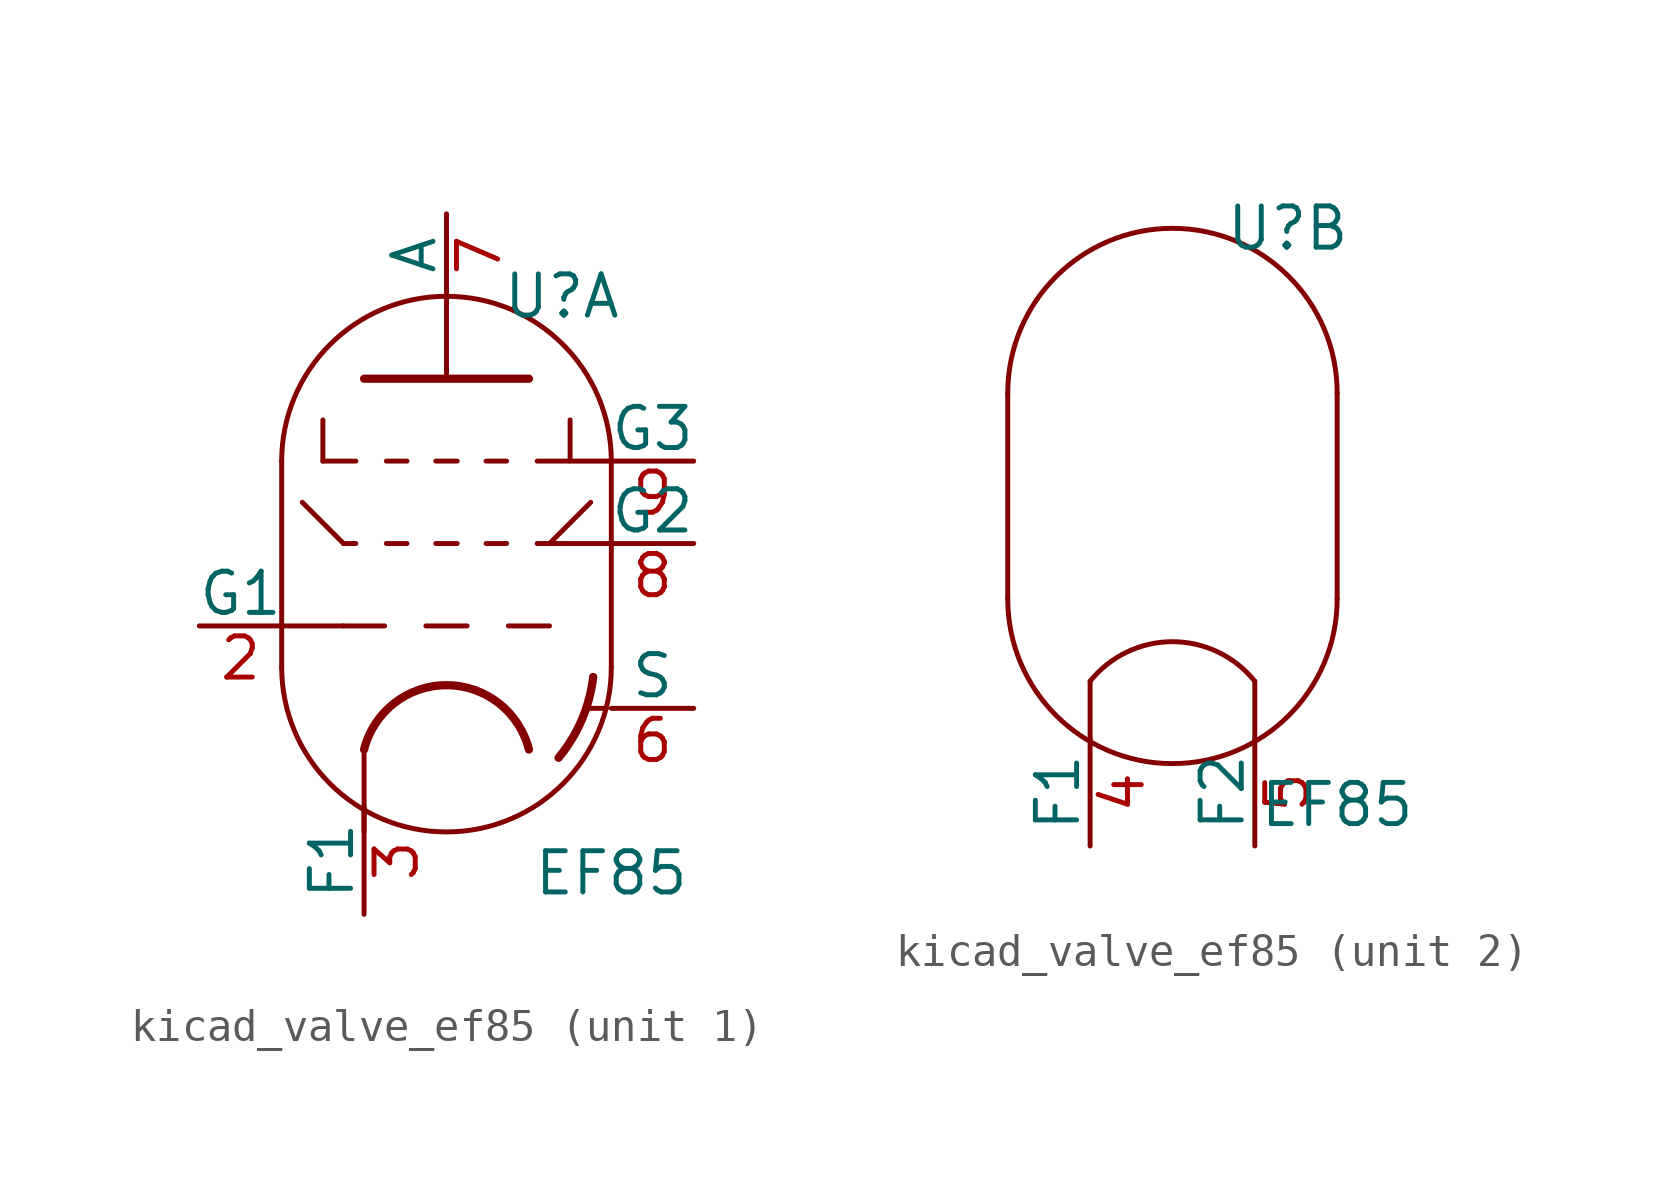
<source format=kicad_sym>
(kicad_symbol_lib
  (version 20220914)
  (generator kicad_symbol_editor)
  (symbol "kicad_valve_ef85"
    (pin_names
      (offset 0))
    (property "Reference" "U"
      (at 3.556 8.89 0)
      (effects (font (size 1.27 1.27))))
    (property "Value" "EF85"
      (at 5.08 -8.89 0)
      (effects (font (size 1.27 1.27))))
    (property "ki_locked" ""
      (at 0 0 0)
      (effects (font (size 1.27 1.27))))
    (symbol "kicad_valve_ef85_0_1"
      (arc (start -5.08 -2.54) (mid 0 -7.5979) (end 5.08 -2.54) (stroke (width 0) (type default)) (fill (type none)))
      (polyline (pts (xy -5.08 3.81) (xy -5.08 -2.54) (xy -5.08 -2.54)) (stroke (width 0) (type default)) (fill (type none)))
      (polyline (pts (xy 5.08 -2.54) (xy 5.08 3.81) (xy 5.08 3.81)) (stroke (width 0) (type default)) (fill (type none)))
      (arc (start 5.08 3.81) (mid 0 8.8679) (end -5.08 3.81) (stroke (width 0) (type default)) (fill (type none))))
    (symbol "kicad_valve_ef85_1_0"
      (polyline (pts (xy -5.08 -1.27) (xy -3.175 -1.27)) (stroke (width 0) (type default)) (fill (type none)))
      (polyline (pts (xy -2.54 -5.08) (xy -2.54 -7.62)) (stroke (width 0) (type default)) (fill (type none)))
      (polyline (pts (xy -0.635 -1.27) (xy 0.635 -1.27)) (stroke (width 0.152) (type default)) (fill (type none)))
      (polyline (pts (xy 0 6.35) (xy 0 8.89)) (stroke (width 0) (type default)) (fill (type none)))
      (polyline (pts (xy 1.905 -1.27) (xy 3.175 -1.27)) (stroke (width 0.152) (type default)) (fill (type none)))
      (polyline (pts (xy 3.175 1.27) (xy 5.08 1.27)) (stroke (width 0) (type default)) (fill (type none)))
      (polyline (pts (xy 3.886 3.81) (xy 5.08 3.81)) (stroke (width 0) (type default)) (fill (type none)))
      (polyline (pts (xy 4.318 -3.785) (xy 4.343 -3.81)) (stroke (width 0) (type default)) (fill (type none)))
      (polyline (pts (xy 4.928 -3.81) (xy 4.343 -3.81)) (stroke (width 0) (type default)) (fill (type none))))
    (symbol "kicad_valve_ef85_1_1"
      (polyline (pts (xy -4.445 2.54) (xy -3.175 1.27)) (stroke (width 0.152) (type default)) (fill (type none)))
      (polyline (pts (xy -3.81 3.81) (xy -2.794 3.81)) (stroke (width 0.152) (type default)) (fill (type none)))
      (polyline (pts (xy -3.81 5.08) (xy -3.81 3.81)) (stroke (width 0.152) (type default)) (fill (type none)))
      (polyline (pts (xy -3.175 1.27) (xy -2.794 1.27)) (stroke (width 0.152) (type default)) (fill (type none)))
      (polyline (pts (xy -1.905 -1.27) (xy -3.175 -1.27)) (stroke (width 0.152) (type default)) (fill (type none)))
      (polyline (pts (xy -1.854 1.27) (xy -1.219 1.27)) (stroke (width 0.152) (type default)) (fill (type none)))
      (polyline (pts (xy -1.854 3.81) (xy -1.219 3.81)) (stroke (width 0.152) (type default)) (fill (type none)))
      (polyline (pts (xy -0.33 1.27) (xy 0.33 1.27)) (stroke (width 0.152) (type default)) (fill (type none)))
      (polyline (pts (xy -0.33 3.81) (xy 0.33 3.81)) (stroke (width 0.152) (type default)) (fill (type none)))
      (polyline (pts (xy 1.219 1.27) (xy 1.854 1.27)) (stroke (width 0.152) (type default)) (fill (type none)))
      (polyline (pts (xy 1.219 3.81) (xy 1.854 3.81)) (stroke (width 0.152) (type default)) (fill (type none)))
      (polyline (pts (xy 2.794 1.27) (xy 3.175 1.27)) (stroke (width 0.152) (type default)) (fill (type none)))
      (polyline (pts (xy 3.81 3.81) (xy 2.794 3.81)) (stroke (width 0.152) (type default)) (fill (type none)))
      (polyline (pts (xy 3.81 5.08) (xy 3.81 3.81)) (stroke (width 0.152) (type default)) (fill (type none)))
      (polyline (pts (xy 4.445 2.54) (xy 3.175 1.27)) (stroke (width 0.152) (type default)) (fill (type none)))
      (polyline (pts (xy -2.54 6.35) (xy 2.54 6.35) (xy 2.54 6.35)) (stroke (width 0.254) (type default)) (fill (type none)))
      (arc (start 2.54 -5.08) (mid 0 -3.0968) (end -2.54 -5.08) (stroke (width 0.254) (type default)) (fill (type none)))
      (arc (start 3.4544 -5.334) (mid 4.168 -4.168) (end 4.5212 -2.8448) (stroke (width 0.254) (type default)) (fill (type none)))
      (pin input line (at -7.62 -1.27 0) (length 2.54) (name "G1" (effects (font (size 1.27 1.27)))) (number "2" (effects (font (size 1.27 1.27)))))
      (pin power_in line (at -2.54 -10.16 90) (length 3.302) (name "F1" (effects (font (size 1.27 1.27)))) (number "3" (effects (font (size 1.27 1.27)))))
      (pin input line (at 7.62 -3.81 180) (length 2.54) (name "S" (effects (font (size 1.27 1.27)))) (number "6" (effects (font (size 1.27 1.27)))))
      (pin output line (at 0 11.43 270) (length 2.54) (name "A" (effects (font (size 1.27 1.27)))) (number "7" (effects (font (size 1.27 1.27)))))
      (pin input line (at 7.62 1.27 180) (length 2.54) (name "G2" (effects (font (size 1.27 1.27)))) (number "8" (effects (font (size 1.27 1.27)))))
      (pin input line (at 7.62 3.81 180) (length 2.54) (name "G3" (effects (font (size 1.27 1.27)))) (number "9" (effects (font (size 1.27 1.27))))))
    (symbol "kicad_valve_ef85_2_1"
      (polyline (pts (xy -2.54 -6.858) (xy -2.54 -5.08) (xy -2.54 -5.08)) (stroke (width 0) (type default)) (fill (type none)))
      (polyline (pts (xy 2.54 -6.858) (xy 2.54 -5.08) (xy 2.54 -5.08)) (stroke (width 0) (type default)) (fill (type none)))
      (arc (start 2.54 -5.08) (mid 0 -3.8592) (end -2.54 -5.08) (stroke (width 0) (type default)) (fill (type none)))
      (pin power_in line (at -2.54 -10.16 90) (length 3.302) (name "F1" (effects (font (size 1.27 1.27)))) (number "4" (effects (font (size 1.27 1.27)))))
      (pin power_in line (at 2.54 -10.16 90) (length 3.302) (name "F2" (effects (font (size 1.27 1.27)))) (number "5" (effects (font (size 1.27 1.27))))))))
</source>
